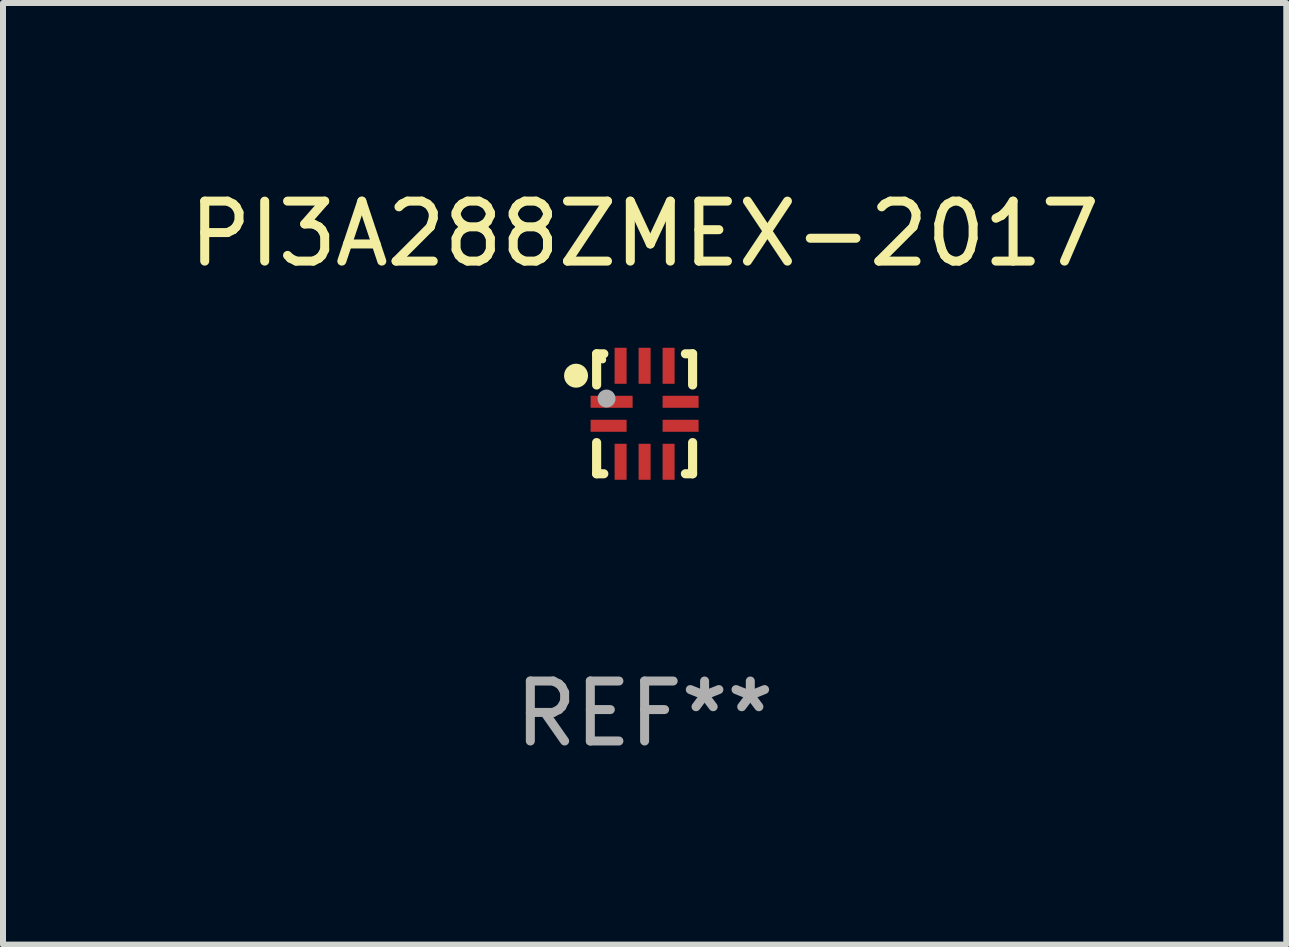
<source format=kicad_pcb>
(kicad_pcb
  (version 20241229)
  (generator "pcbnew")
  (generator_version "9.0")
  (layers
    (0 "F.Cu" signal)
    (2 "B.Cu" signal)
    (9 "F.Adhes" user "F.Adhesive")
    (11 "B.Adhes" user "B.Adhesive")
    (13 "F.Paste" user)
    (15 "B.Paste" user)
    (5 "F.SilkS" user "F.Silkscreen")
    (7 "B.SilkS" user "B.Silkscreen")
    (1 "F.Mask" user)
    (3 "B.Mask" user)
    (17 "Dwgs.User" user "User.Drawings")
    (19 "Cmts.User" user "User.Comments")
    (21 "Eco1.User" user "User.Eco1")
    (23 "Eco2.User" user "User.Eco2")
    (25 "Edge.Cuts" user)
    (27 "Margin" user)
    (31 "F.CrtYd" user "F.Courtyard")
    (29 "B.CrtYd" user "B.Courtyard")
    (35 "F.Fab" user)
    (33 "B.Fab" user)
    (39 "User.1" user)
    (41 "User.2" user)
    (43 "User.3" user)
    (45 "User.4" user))
  (footprint "PI3A288ZMEX-2017"
    (layer "F.Cu")
    (at 7.696 3.848)
    (property "Reference" "PI3A288ZMEX-2017" (at 0 -3 0) (layer "F.SilkS") (effects (font (size 1 1) (thickness 0.15))))
    (attr through_hole)
    (fp_line (start -0.8 -1) (end -0.68 -1) (stroke (width 0.152) (type solid)) (layer "F.SilkS"))
    (fp_line (start -0.8 -0.48) (end -0.8 -1) (stroke (width 0.152) (type solid)) (layer "F.SilkS"))
    (fp_line (start -0.8 1) (end -0.8 0.48) (stroke (width 0.152) (type solid)) (layer "F.SilkS"))
    (fp_line (start -0.68 1) (end -0.8 1) (stroke (width 0.152) (type solid)) (layer "F.SilkS"))
    (fp_line (start 0.68 -1) (end 0.8 -1) (stroke (width 0.152) (type solid)) (layer "F.SilkS"))
    (fp_line (start 0.8 -1) (end 0.8 -0.48) (stroke (width 0.152) (type solid)) (layer "F.SilkS"))
    (fp_line (start 0.8 0.48) (end 0.8 1) (stroke (width 0.152) (type solid)) (layer "F.SilkS"))
    (fp_line (start 0.8 1) (end 0.68 1) (stroke (width 0.152) (type solid)) (layer "F.SilkS"))
    (fp_circle (center -1.143 -0.635) (end -1.043 -0.635) (stroke (width 0.2) (type solid)) (fill no) (layer "F.SilkS"))
    (fp_circle (center -0.7 -0.9) (end -0.67 -0.9) (stroke (width 0.06) (type solid)) (fill no) (layer "F.SilkS"))
    (fp_circle (center -0.635 -0.254) (end -0.56 -0.254) (stroke (width 0.15) (type solid)) (fill no) (layer "F.Fab"))
    (fp_text user "REF**" (at 0 5 0) (layer "F.Fab") (effects (font (size 1 1) (thickness 0.15))))
    (pad "1" smd rect (at -0.55 -0.2) (size 0.7 0.2) (layers "F.Cu" "F.Mask" "F.Paste"))
    (pad "2" smd rect (at -0.6 0.2) (size 0.6 0.2) (layers "F.Cu" "F.Mask" "F.Paste"))
    (pad "3" smd rect (at -0.4 0.8) (size 0.2 0.6) (layers "F.Cu" "F.Mask" "F.Paste"))
    (pad "4" smd rect (at 0 0.8) (size 0.2 0.6) (layers "F.Cu" "F.Mask" "F.Paste"))
    (pad "5" smd rect (at 0.4 0.8) (size 0.2 0.6) (layers "F.Cu" "F.Mask" "F.Paste"))
    (pad "6" smd rect (at 0.6 0.2) (size 0.6 0.2) (layers "F.Cu" "F.Mask" "F.Paste"))
    (pad "7" smd rect (at 0.6 -0.2) (size 0.6 0.2) (layers "F.Cu" "F.Mask" "F.Paste"))
    (pad "8" smd rect (at 0.4 -0.8) (size 0.2 0.6) (layers "F.Cu" "F.Mask" "F.Paste"))
    (pad "9" smd rect (at 0 -0.8) (size 0.2 0.6) (layers "F.Cu" "F.Mask" "F.Paste"))
    (pad "10" smd rect (at -0.4 -0.8) (size 0.2 0.6) (layers "F.Cu" "F.Mask" "F.Paste")))
  (gr_rect
    (start -3 -3)
    (end 18.393 12.697)
    (stroke (width 0.1) (type default))
    (fill no)
    (layer "Edge.Cuts")))
</source>
